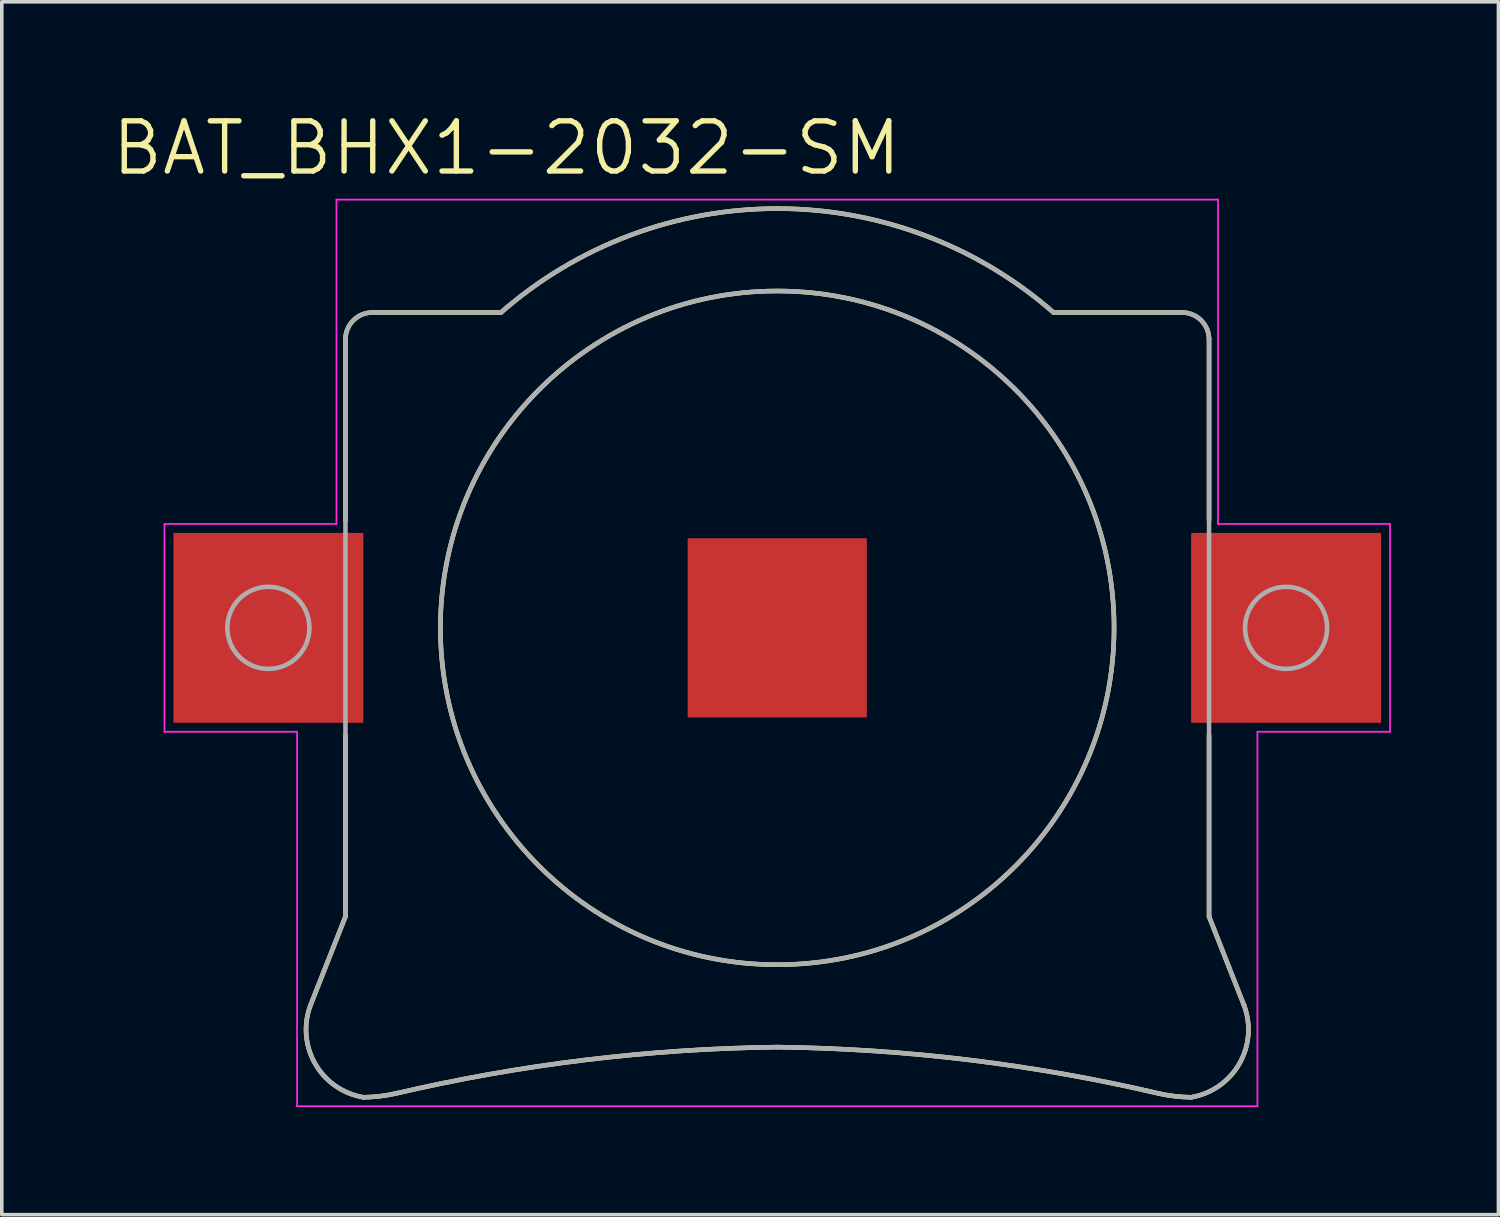
<source format=kicad_pcb>
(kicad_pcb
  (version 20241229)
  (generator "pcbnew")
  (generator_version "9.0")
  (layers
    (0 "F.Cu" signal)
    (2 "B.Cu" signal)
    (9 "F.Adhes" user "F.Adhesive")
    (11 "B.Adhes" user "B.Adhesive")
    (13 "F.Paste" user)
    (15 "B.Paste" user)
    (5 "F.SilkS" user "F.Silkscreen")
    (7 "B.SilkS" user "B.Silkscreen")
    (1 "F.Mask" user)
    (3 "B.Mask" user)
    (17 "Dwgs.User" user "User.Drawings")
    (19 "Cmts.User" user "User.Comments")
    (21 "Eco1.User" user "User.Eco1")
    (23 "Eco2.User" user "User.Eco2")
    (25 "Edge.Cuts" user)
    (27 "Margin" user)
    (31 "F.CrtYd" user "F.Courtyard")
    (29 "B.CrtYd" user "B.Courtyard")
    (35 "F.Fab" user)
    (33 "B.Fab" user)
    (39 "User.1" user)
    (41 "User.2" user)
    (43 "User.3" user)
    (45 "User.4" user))
  (footprint "BAT_BHX1-2032-SM"
    (layer "F.Cu")
    (at 18.64 14.471)
    (property "Reference" "BAT_BHX1-2032-SM" (at -7.555 -13.389 0) (layer "F.SilkS") (effects (font (size 1.4 1.4) (thickness 0.15))))
    (attr smd)
    (fp_line (start -13.029 10.54) (end -12.05 8.058) (stroke (width 0.127) (type solid)) (layer "F.SilkS"))
    (fp_line (start -12.05 -8.05) (end -12.05 -3) (stroke (width 0.127) (type solid)) (layer "F.SilkS"))
    (fp_line (start -12.05 8.058) (end -12.05 3) (stroke (width 0.127) (type solid)) (layer "F.SilkS"))
    (fp_line (start -7.71 -8.8) (end -11.3 -8.8) (stroke (width 0.127) (type solid)) (layer "F.SilkS"))
    (fp_line (start 7.71 -8.8) (end 11.3 -8.8) (stroke (width 0.127) (type solid)) (layer "F.SilkS"))
    (fp_line (start 12.05 -8.05) (end 12.05 -3) (stroke (width 0.127) (type solid)) (layer "F.SilkS"))
    (fp_line (start 12.05 8.058) (end 12.05 3) (stroke (width 0.127) (type solid)) (layer "F.SilkS"))
    (fp_line (start 13.029 10.54) (end 12.05 8.058) (stroke (width 0.127) (type solid)) (layer "F.SilkS"))
    (fp_arc (start -12.05 -8.05) (mid -11.83033 -8.58033) (end -11.3 -8.8) (stroke (width 0.127) (type solid)) (layer "F.SilkS"))
    (fp_arc (start -11.55 13.100001) (mid -12.892744 12.168346) (end -13.0286 10.5397) (stroke (width 0.127) (type solid)) (layer "F.SilkS"))
    (fp_arc (start -10.67 13) (mid -11.107487 13.072111) (end -11.55 13.1) (stroke (width 0.127) (type solid)) (layer "F.SilkS"))
    (fp_arc (start -10.67 13) (mid -5.370379 12.059617) (end 0 11.7) (stroke (width 0.127) (type solid)) (layer "F.SilkS"))
    (fp_arc (start -7.71 -8.8) (mid -4.118548 -10.950673) (end 0 -11.7) (stroke (width 0.127) (type solid)) (layer "F.SilkS"))
    (fp_arc (start 0 -11.7) (mid 4.118749 -10.951208) (end 7.71 -8.8) (stroke (width 0.127) (type solid)) (layer "F.SilkS"))
    (fp_arc (start 0 11.7) (mid 5.370379 12.059617) (end 10.67 13) (stroke (width 0.127) (type solid)) (layer "F.SilkS"))
    (fp_arc (start 11.3 -8.8) (mid 11.83033 -8.58033) (end 12.05 -8.05) (stroke (width 0.127) (type solid)) (layer "F.SilkS"))
    (fp_arc (start 11.55 13.1) (mid 11.107487 13.072111) (end 10.67 13) (stroke (width 0.127) (type solid)) (layer "F.SilkS"))
    (fp_arc (start 13.0286 10.5397) (mid 12.892744 12.168346) (end 11.55 13.100001) (stroke (width 0.127) (type solid)) (layer "F.SilkS"))
    (fp_circle (center 0 0) (end 9.4 0) (stroke (width 0.127) (type solid)) (fill no) (layer "F.SilkS"))
    (fp_line (start -17.1 -2.9) (end -17.1 2.9) (stroke (width 0.05) (type solid)) (layer "F.CrtYd"))
    (fp_line (start -17.1 2.9) (end -13.4 2.9) (stroke (width 0.05) (type solid)) (layer "F.CrtYd"))
    (fp_line (start -13.4 2.9) (end -13.4 13.35) (stroke (width 0.05) (type solid)) (layer "F.CrtYd"))
    (fp_line (start -13.4 13.35) (end 13.4 13.35) (stroke (width 0.05) (type solid)) (layer "F.CrtYd"))
    (fp_line (start -12.3 -11.95) (end -12.3 -2.9) (stroke (width 0.05) (type solid)) (layer "F.CrtYd"))
    (fp_line (start -12.3 -2.9) (end -17.1 -2.9) (stroke (width 0.05) (type solid)) (layer "F.CrtYd"))
    (fp_line (start 12.3 -11.95) (end -12.3 -11.95) (stroke (width 0.05) (type solid)) (layer "F.CrtYd"))
    (fp_line (start 12.3 -2.9) (end 12.3 -11.95) (stroke (width 0.05) (type solid)) (layer "F.CrtYd"))
    (fp_line (start 13.4 2.9) (end 17.1 2.9) (stroke (width 0.05) (type solid)) (layer "F.CrtYd"))
    (fp_line (start 13.4 13.35) (end 13.4 2.9) (stroke (width 0.05) (type solid)) (layer "F.CrtYd"))
    (fp_line (start 17.1 -2.9) (end 12.3 -2.9) (stroke (width 0.05) (type solid)) (layer "F.CrtYd"))
    (fp_line (start 17.1 2.9) (end 17.1 -2.9) (stroke (width 0.05) (type solid)) (layer "F.CrtYd"))
    (fp_line (start -13.029 10.54) (end -12.05 8.058) (stroke (width 0.127) (type solid)) (layer "F.Fab"))
    (fp_line (start -12.05 -8.05) (end -12.05 8.058) (stroke (width 0.127) (type solid)) (layer "F.Fab"))
    (fp_line (start -7.71 -8.8) (end -11.3 -8.8) (stroke (width 0.127) (type solid)) (layer "F.Fab"))
    (fp_line (start 11.3 -8.8) (end 7.71 -8.8) (stroke (width 0.127) (type solid)) (layer "F.Fab"))
    (fp_line (start 12.05 8.058) (end 12.05 -8.05) (stroke (width 0.127) (type solid)) (layer "F.Fab"))
    (fp_line (start 13.029 10.54) (end 12.05 8.058) (stroke (width 0.127) (type solid)) (layer "F.Fab"))
    (fp_arc (start -12.05 -8.05) (mid -11.83033 -8.58033) (end -11.3 -8.8) (stroke (width 0.127) (type solid)) (layer "F.Fab"))
    (fp_arc (start -11.55 13.100001) (mid -12.892744 12.168346) (end -13.0286 10.5397) (stroke (width 0.127) (type solid)) (layer "F.Fab"))
    (fp_arc (start -10.67 13) (mid -11.107487 13.072111) (end -11.55 13.1) (stroke (width 0.127) (type solid)) (layer "F.Fab"))
    (fp_arc (start -10.67 13) (mid -5.370379 12.059617) (end 0 11.7) (stroke (width 0.127) (type solid)) (layer "F.Fab"))
    (fp_arc (start -7.71 -8.8) (mid -4.118614 -10.950849) (end 0 -11.7) (stroke (width 0.127) (type solid)) (layer "F.Fab"))
    (fp_arc (start 0 -11.7) (mid 4.118744 -10.951194) (end 7.71 -8.8) (stroke (width 0.127) (type solid)) (layer "F.Fab"))
    (fp_arc (start 0 11.7) (mid 5.370379 12.059617) (end 10.67 13) (stroke (width 0.127) (type solid)) (layer "F.Fab"))
    (fp_arc (start 11.3 -8.8) (mid 11.83033 -8.58033) (end 12.05 -8.05) (stroke (width 0.127) (type solid)) (layer "F.Fab"))
    (fp_arc (start 11.55 13.1) (mid 11.107487 13.072111) (end 10.67 13) (stroke (width 0.127) (type solid)) (layer "F.Fab"))
    (fp_arc (start 13.0286 10.5397) (mid 12.892744 12.168346) (end 11.55 13.100001) (stroke (width 0.127) (type solid)) (layer "F.Fab"))
    (fp_circle (center -14.2 0) (end -13.055 0) (stroke (width 0.127) (type solid)) (fill no) (layer "F.Fab"))
    (fp_circle (center 0 0) (end 9.4 0) (stroke (width 0.127) (type solid)) (fill no) (layer "F.Fab"))
    (fp_circle (center 14.2 0) (end 15.345 0) (stroke (width 0.127) (type solid)) (fill no) (layer "F.Fab"))
    (pad "-" smd rect (at 0 0) (size 5 5) (layers "F.Cu" "F.Mask"))
    (pad "S+1" smd rect (at -14.2 0) (size 5.3 5.3) (layers "F.Cu" "F.Mask" "F.Paste"))
    (pad "S+2" smd rect (at 14.2 0) (size 5.3 5.3) (layers "F.Cu" "F.Mask" "F.Paste")))
  (gr_rect
    (start -3 -3)
    (end 38.765 30.846)
    (stroke (width 0.1) (type default))
    (fill no)
    (layer "Edge.Cuts")))
</source>
